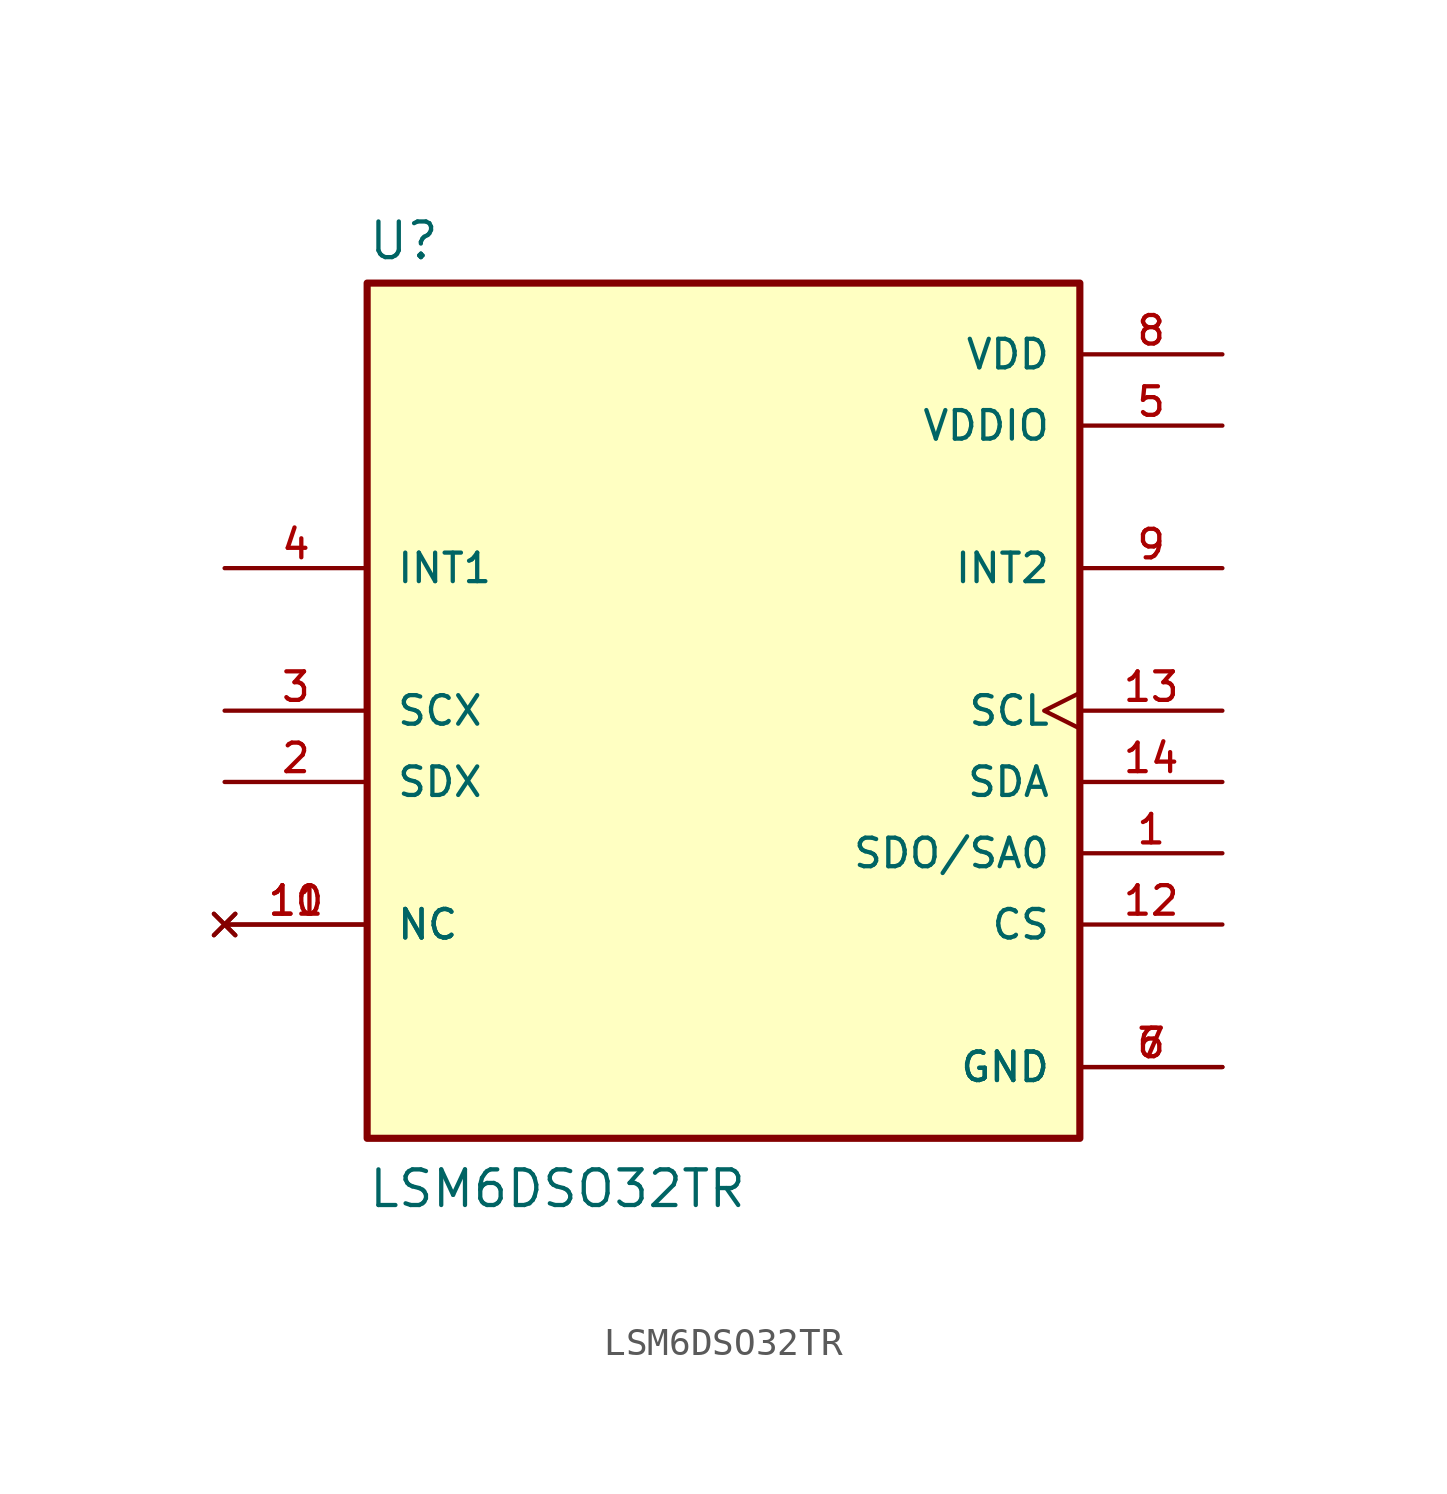
<source format=kicad_sym>
(kicad_symbol_lib
  (version 20241209)
  (generator "kicad_symbol_editor")
  (generator_version "9.0")
  (symbol "LSM6DSO32TR"
    (pin_names
      (offset 1.016))
    (property "Reference" "U"
      (at -12.7 16.002 0)
      (effects (font (size 1.27 1.27)) (justify left bottom)))
    (property "Value" "LSM6DSO32TR"
      (at -12.7 -17.78 0)
      (effects (font (size 1.27 1.27)) (justify left bottom)))
    (symbol "LSM6DSO32TR_0_0"
      (rectangle (start -12.7 -15.24) (end 12.7 15.24) (stroke (width 0.254) (type default)) (fill (type background)))
      (pin input line (at -17.78 5.08 0) (length 5.08) (name "INT1" (effects (font (size 1.016 1.016)))) (number "4" (effects (font (size 1.016 1.016)))))
      (pin passive line (at -17.78 0 0) (length 5.08) (name "SCX" (effects (font (size 1.016 1.016)))) (number "3" (effects (font (size 1.016 1.016)))))
      (pin passive line (at -17.78 -2.54 0) (length 5.08) (name "SDX" (effects (font (size 1.016 1.016)))) (number "2" (effects (font (size 1.016 1.016)))))
      (pin no_connect line (at -17.78 -7.62 0) (length 5.08) (name "NC" (effects (font (size 1.016 1.016)))) (number "10" (effects (font (size 1.016 1.016)))))
      (pin no_connect line (at -17.78 -7.62 0) (length 5.08) (name "NC" (effects (font (size 1.016 1.016)))) (number "11" (effects (font (size 1.016 1.016)))))
      (pin power_in line (at 17.78 12.7 180) (length 5.08) (name "VDD" (effects (font (size 1.016 1.016)))) (number "8" (effects (font (size 1.016 1.016)))))
      (pin power_in line (at 17.78 10.16 180) (length 5.08) (name "VDDIO" (effects (font (size 1.016 1.016)))) (number "5" (effects (font (size 1.016 1.016)))))
      (pin output line (at 17.78 5.08 180) (length 5.08) (name "INT2" (effects (font (size 1.016 1.016)))) (number "9" (effects (font (size 1.016 1.016)))))
      (pin input clock (at 17.78 0 180) (length 5.08) (name "SCL" (effects (font (size 1.016 1.016)))) (number "13" (effects (font (size 1.016 1.016)))))
      (pin bidirectional line (at 17.78 -2.54 180) (length 5.08) (name "SDA" (effects (font (size 1.016 1.016)))) (number "14" (effects (font (size 1.016 1.016)))))
      (pin bidirectional line (at 17.78 -5.08 180) (length 5.08) (name "SDO/SA0" (effects (font (size 1.016 1.016)))) (number "1" (effects (font (size 1.016 1.016)))))
      (pin input line (at 17.78 -7.62 180) (length 5.08) (name "CS" (effects (font (size 1.016 1.016)))) (number "12" (effects (font (size 1.016 1.016)))))
      (pin power_in line (at 17.78 -12.7 180) (length 5.08) (name "GND" (effects (font (size 1.016 1.016)))) (number "6" (effects (font (size 1.016 1.016)))))
      (pin power_in line (at 17.78 -12.7 180) (length 5.08) (name "GND" (effects (font (size 1.016 1.016)))) (number "7" (effects (font (size 1.016 1.016))))))))
</source>
